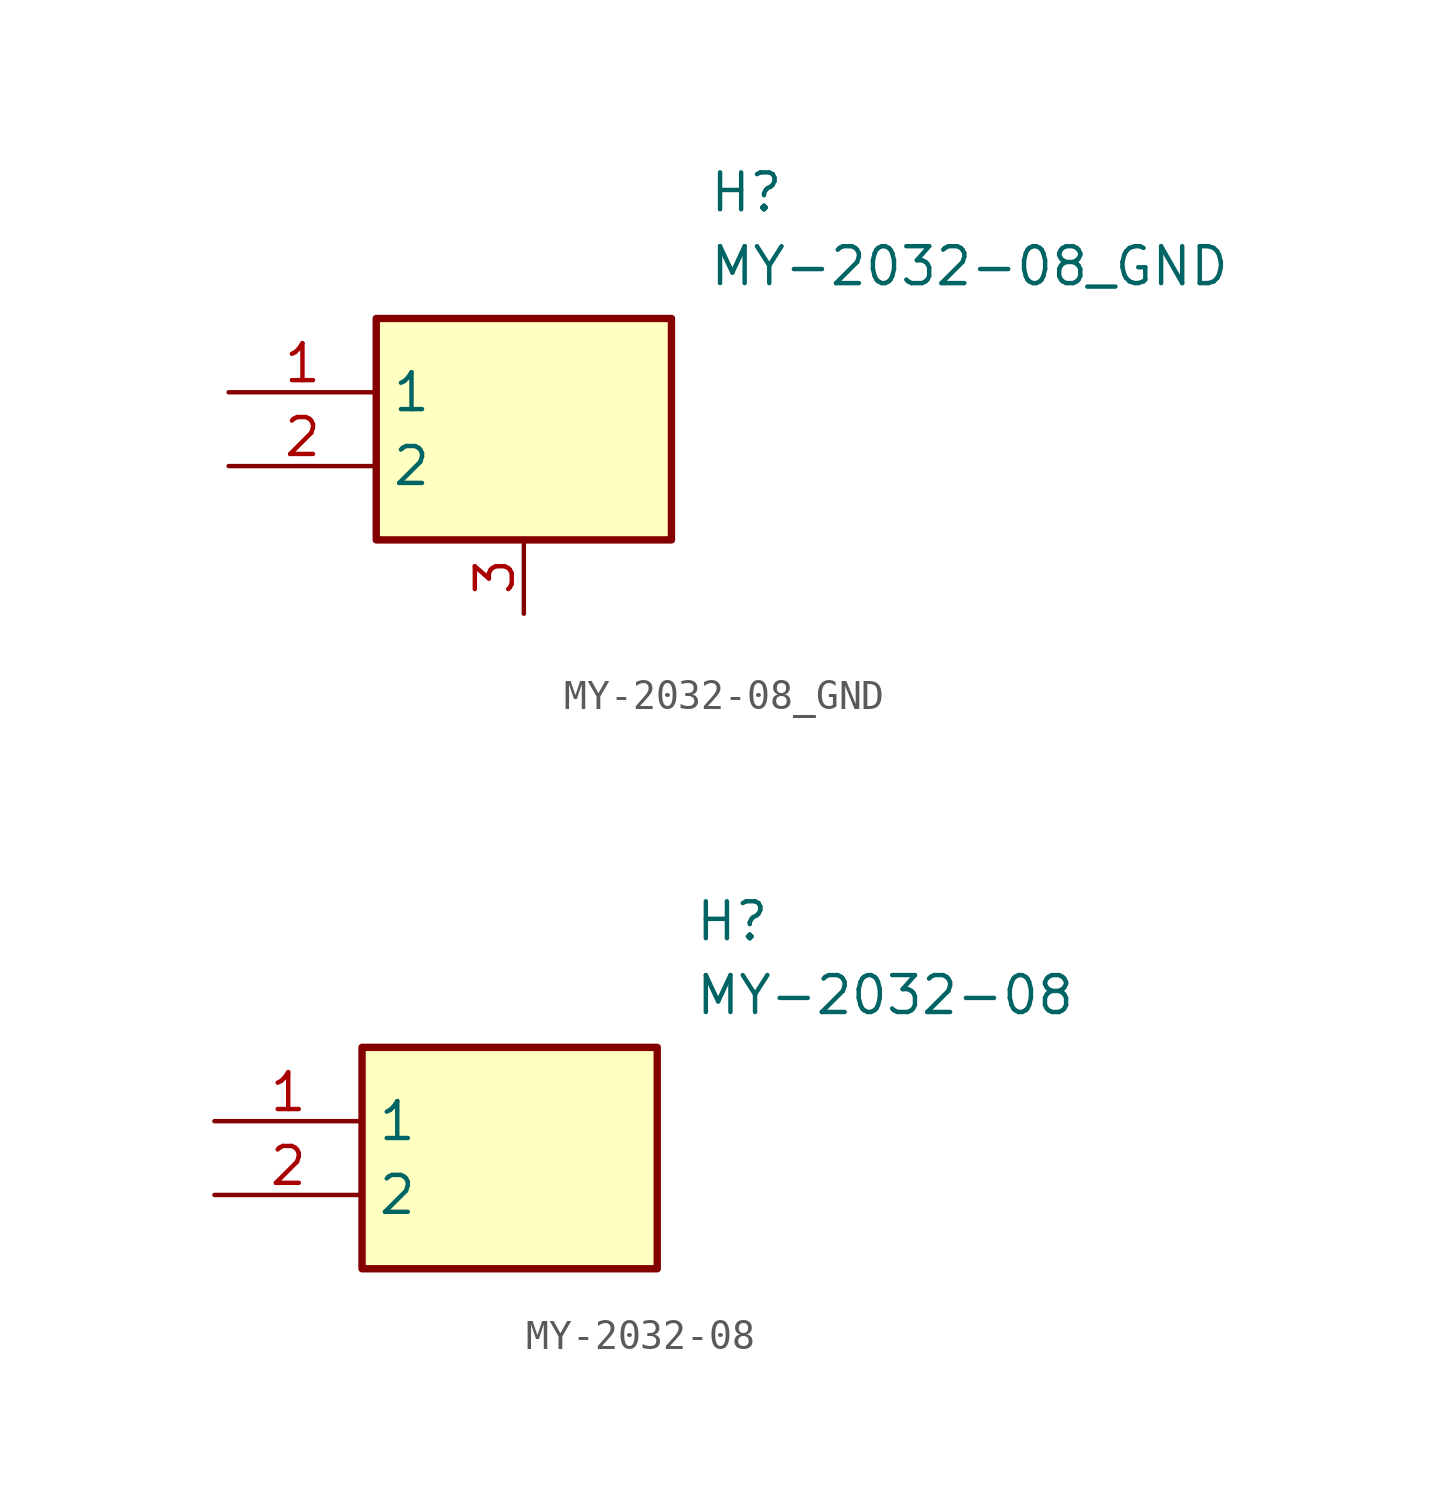
<source format=kicad_sym>
(kicad_symbol_lib
  (version 20220914)
  (generator kicad_symbol_editor)
  (symbol "MY-2032-08_GND"
    (property "Reference" "H"
      (at 16.51 7.62 0)
      (effects (font (size 1.27 1.27)) (justify left top)))
    (property "Value" "MY-2032-08_GND"
      (at 16.51 5.08 0)
      (effects (font (size 1.27 1.27)) (justify left top)))
    (symbol "MY-2032-08_GND_1_1"
      (rectangle (start 5.08 2.54) (end 15.24 -5.08) (stroke (width 0.254) (type default)) (fill (type background)))
      (pin passive line (at 0 0 0) (length 5.08) (name "1" (effects (font (size 1.27 1.27)))) (number "1" (effects (font (size 1.27 1.27)))))
      (pin passive line (at 0 -2.54 0) (length 5.08) (name "2" (effects (font (size 1.27 1.27)))) (number "2" (effects (font (size 1.27 1.27)))))
      (pin passive line (at 10.16 -7.62 90) (length 2.54) (name "" (effects (font (size 1.27 1.27)))) (number "3" (effects (font (size 1.27 1.27)))))))
  (symbol "MY-2032-08"
    (property "Reference" "H"
      (at 16.51 7.62 0)
      (effects (font (size 1.27 1.27)) (justify left top)))
    (property "Value" "MY-2032-08"
      (at 16.51 5.08 0)
      (effects (font (size 1.27 1.27)) (justify left top)))
    (symbol "MY-2032-08_1_1"
      (rectangle (start 5.08 2.54) (end 15.24 -5.08) (stroke (width 0.254) (type default)) (fill (type background)))
      (pin passive line (at 0 0 0) (length 5.08) (name "1" (effects (font (size 1.27 1.27)))) (number "1" (effects (font (size 1.27 1.27)))))
      (pin passive line (at 0 -2.54 0) (length 5.08) (name "2" (effects (font (size 1.27 1.27)))) (number "2" (effects (font (size 1.27 1.27))))))))
</source>
